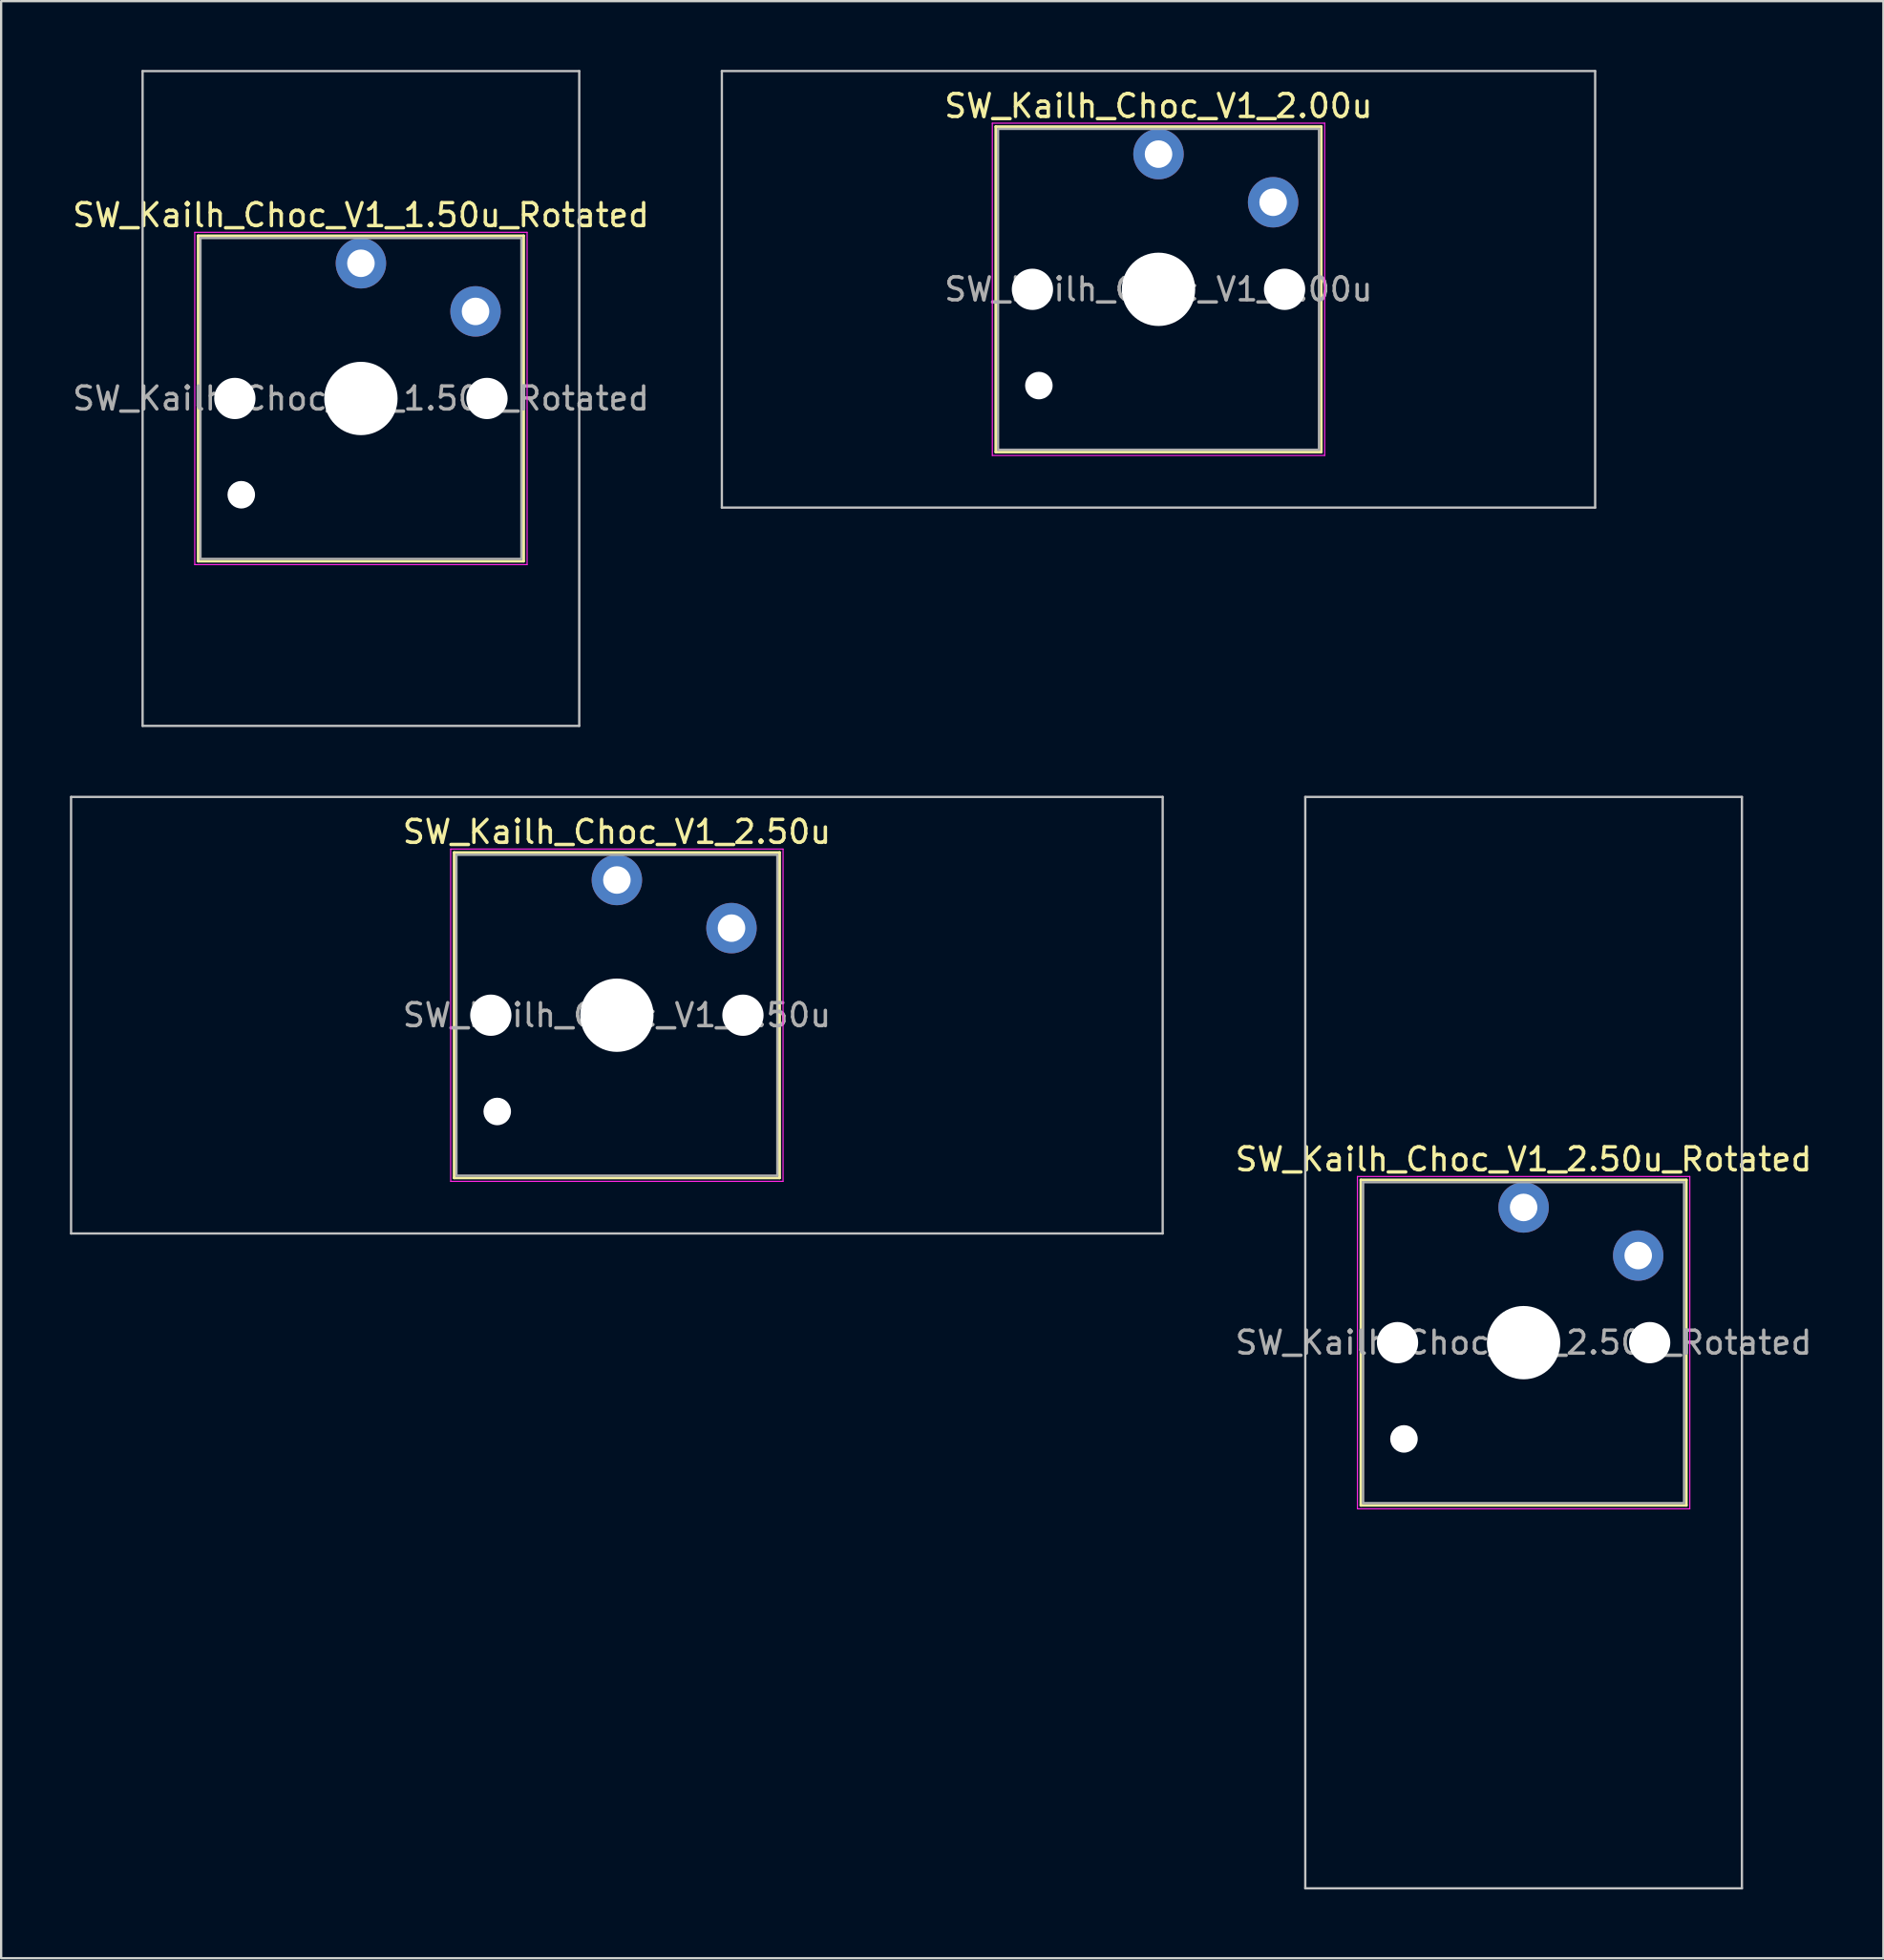
<source format=kicad_pcb>
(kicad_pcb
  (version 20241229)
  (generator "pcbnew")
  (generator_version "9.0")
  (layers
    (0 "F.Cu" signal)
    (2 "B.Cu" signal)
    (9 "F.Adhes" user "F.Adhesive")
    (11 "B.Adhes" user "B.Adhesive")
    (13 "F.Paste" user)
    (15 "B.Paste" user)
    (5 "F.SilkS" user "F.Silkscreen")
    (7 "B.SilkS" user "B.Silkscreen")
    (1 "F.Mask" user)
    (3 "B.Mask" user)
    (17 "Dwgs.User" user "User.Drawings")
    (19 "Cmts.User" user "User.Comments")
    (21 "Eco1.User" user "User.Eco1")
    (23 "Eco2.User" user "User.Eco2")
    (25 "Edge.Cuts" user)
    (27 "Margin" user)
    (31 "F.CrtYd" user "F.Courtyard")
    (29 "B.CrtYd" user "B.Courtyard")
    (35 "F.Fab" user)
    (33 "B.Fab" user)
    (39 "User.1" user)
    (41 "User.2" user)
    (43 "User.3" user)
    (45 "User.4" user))
  (footprint "SW_Kailh_Choc_V1_2.00u"
    (layer "F.Cu")
    (at 47.493 9.575)
    (property "Reference" "SW_Kailh_Choc_V1_2.00u" (at 0 -8 0) (layer "F.SilkS") (effects (font (size 1 1) (thickness 0.15))))
    (attr through_hole)
    (fp_line (start -7.1 -7.1) (end -7.1 7.1) (stroke (width 0.12) (type solid)) (layer "F.SilkS"))
    (fp_line (start -7.1 7.1) (end 7.1 7.1) (stroke (width 0.12) (type solid)) (layer "F.SilkS"))
    (fp_line (start 7.1 -7.1) (end -7.1 -7.1) (stroke (width 0.12) (type solid)) (layer "F.SilkS"))
    (fp_line (start 7.1 7.1) (end 7.1 -7.1) (stroke (width 0.12) (type solid)) (layer "F.SilkS"))
    (fp_line (start -19.05 -9.525) (end -19.05 9.525) (stroke (width 0.1) (type solid)) (layer "Dwgs.User"))
    (fp_line (start -19.05 9.525) (end 19.05 9.525) (stroke (width 0.1) (type solid)) (layer "Dwgs.User"))
    (fp_line (start 19.05 -9.525) (end -19.05 -9.525) (stroke (width 0.1) (type solid)) (layer "Dwgs.User"))
    (fp_line (start 19.05 9.525) (end 19.05 -9.525) (stroke (width 0.1) (type solid)) (layer "Dwgs.User"))
    (fp_line (start -7.25 -7.25) (end -7.25 7.25) (stroke (width 0.05) (type solid)) (layer "F.CrtYd"))
    (fp_line (start -7.25 7.25) (end 7.25 7.25) (stroke (width 0.05) (type solid)) (layer "F.CrtYd"))
    (fp_line (start 7.25 -7.25) (end -7.25 -7.25) (stroke (width 0.05) (type solid)) (layer "F.CrtYd"))
    (fp_line (start 7.25 7.25) (end 7.25 -7.25) (stroke (width 0.05) (type solid)) (layer "F.CrtYd"))
    (fp_line (start -7 -7) (end -7 7) (stroke (width 0.1) (type solid)) (layer "F.Fab"))
    (fp_line (start -7 7) (end 7 7) (stroke (width 0.1) (type solid)) (layer "F.Fab"))
    (fp_line (start 7 -7) (end -7 -7) (stroke (width 0.1) (type solid)) (layer "F.Fab"))
    (fp_line (start 7 7) (end 7 -7) (stroke (width 0.1) (type solid)) (layer "F.Fab"))
    (fp_text user "${REFERENCE}" (at 0 0 0) (layer "F.Fab") (effects (font (size 1 1) (thickness 0.15))))
    (pad "" np_thru_hole circle (at -5.5 0) (size 1.8 1.8) (drill 1.8) (layers "*.Cu" "*.Mask"))
    (pad "" np_thru_hole circle (at -5.22 4.2) (size 1.2 1.2) (drill 1.2) (layers "*.Cu" "*.Mask"))
    (pad "" np_thru_hole circle (at 0 0) (size 3.2 3.2) (drill 3.2) (layers "*.Cu" "*.Mask"))
    (pad "" np_thru_hole circle (at 5.5 0) (size 1.8 1.8) (drill 1.8) (layers "*.Cu" "*.Mask"))
    (pad "1" thru_hole circle (at 0 -5.9) (size 2.2 2.2) (drill 1.2) (layers "*.Cu" "B.Mask"))
    (pad "2" thru_hole circle (at 5 -3.8) (size 2.2 2.2) (drill 1.2) (layers "*.Cu" "B.Mask")))
  (footprint "SW_Kailh_Choc_V1_1.50u_Rotated"
    (layer "F.Cu")
    (at 12.696 14.338)
    (property "Reference" "SW_Kailh_Choc_V1_1.50u_Rotated" (at 0 -8 0) (layer "F.SilkS") (effects (font (size 1 1) (thickness 0.15))))
    (attr through_hole)
    (fp_line (start -7.1 -7.1) (end -7.1 7.1) (stroke (width 0.12) (type solid)) (layer "F.SilkS"))
    (fp_line (start -7.1 7.1) (end 7.1 7.1) (stroke (width 0.12) (type solid)) (layer "F.SilkS"))
    (fp_line (start 7.1 -7.1) (end -7.1 -7.1) (stroke (width 0.12) (type solid)) (layer "F.SilkS"))
    (fp_line (start 7.1 7.1) (end 7.1 -7.1) (stroke (width 0.12) (type solid)) (layer "F.SilkS"))
    (fp_line (start -9.525 -14.287) (end -9.525 14.287) (stroke (width 0.1) (type solid)) (layer "Dwgs.User"))
    (fp_line (start -9.525 14.287) (end 9.525 14.287) (stroke (width 0.1) (type solid)) (layer "Dwgs.User"))
    (fp_line (start 9.525 -14.287) (end -9.525 -14.287) (stroke (width 0.1) (type solid)) (layer "Dwgs.User"))
    (fp_line (start 9.525 14.287) (end 9.525 -14.287) (stroke (width 0.1) (type solid)) (layer "Dwgs.User"))
    (fp_line (start -7.25 -7.25) (end -7.25 7.25) (stroke (width 0.05) (type solid)) (layer "F.CrtYd"))
    (fp_line (start -7.25 7.25) (end 7.25 7.25) (stroke (width 0.05) (type solid)) (layer "F.CrtYd"))
    (fp_line (start 7.25 -7.25) (end -7.25 -7.25) (stroke (width 0.05) (type solid)) (layer "F.CrtYd"))
    (fp_line (start 7.25 7.25) (end 7.25 -7.25) (stroke (width 0.05) (type solid)) (layer "F.CrtYd"))
    (fp_line (start -7 -7) (end -7 7) (stroke (width 0.1) (type solid)) (layer "F.Fab"))
    (fp_line (start -7 7) (end 7 7) (stroke (width 0.1) (type solid)) (layer "F.Fab"))
    (fp_line (start 7 -7) (end -7 -7) (stroke (width 0.1) (type solid)) (layer "F.Fab"))
    (fp_line (start 7 7) (end 7 -7) (stroke (width 0.1) (type solid)) (layer "F.Fab"))
    (fp_text user "${REFERENCE}" (at 0 0 0) (layer "F.Fab") (effects (font (size 1 1) (thickness 0.15))))
    (pad "" np_thru_hole circle (at -5.5 0) (size 1.8 1.8) (drill 1.8) (layers "*.Cu" "*.Mask"))
    (pad "" np_thru_hole circle (at -5.22 4.2) (size 1.2 1.2) (drill 1.2) (layers "*.Cu" "*.Mask"))
    (pad "" np_thru_hole circle (at 0 0) (size 3.2 3.2) (drill 3.2) (layers "*.Cu" "*.Mask"))
    (pad "" np_thru_hole circle (at 5.5 0) (size 1.8 1.8) (drill 1.8) (layers "*.Cu" "*.Mask"))
    (pad "1" thru_hole circle (at 0 -5.9) (size 2.2 2.2) (drill 1.2) (layers "*.Cu" "B.Mask"))
    (pad "2" thru_hole circle (at 5 -3.8) (size 2.2 2.2) (drill 1.2) (layers "*.Cu" "B.Mask")))
  (footprint "SW_Kailh_Choc_V1_2.50u"
    (layer "F.Cu")
    (at 23.863 41.25)
    (property "Reference" "SW_Kailh_Choc_V1_2.50u" (at 0 -8 0) (layer "F.SilkS") (effects (font (size 1 1) (thickness 0.15))))
    (attr through_hole)
    (fp_line (start -7.1 -7.1) (end -7.1 7.1) (stroke (width 0.12) (type solid)) (layer "F.SilkS"))
    (fp_line (start -7.1 7.1) (end 7.1 7.1) (stroke (width 0.12) (type solid)) (layer "F.SilkS"))
    (fp_line (start 7.1 -7.1) (end -7.1 -7.1) (stroke (width 0.12) (type solid)) (layer "F.SilkS"))
    (fp_line (start 7.1 7.1) (end 7.1 -7.1) (stroke (width 0.12) (type solid)) (layer "F.SilkS"))
    (fp_line (start -23.812 -9.525) (end -23.812 9.525) (stroke (width 0.1) (type solid)) (layer "Dwgs.User"))
    (fp_line (start -23.812 9.525) (end 23.812 9.525) (stroke (width 0.1) (type solid)) (layer "Dwgs.User"))
    (fp_line (start 23.812 -9.525) (end -23.812 -9.525) (stroke (width 0.1) (type solid)) (layer "Dwgs.User"))
    (fp_line (start 23.812 9.525) (end 23.812 -9.525) (stroke (width 0.1) (type solid)) (layer "Dwgs.User"))
    (fp_line (start -7.25 -7.25) (end -7.25 7.25) (stroke (width 0.05) (type solid)) (layer "F.CrtYd"))
    (fp_line (start -7.25 7.25) (end 7.25 7.25) (stroke (width 0.05) (type solid)) (layer "F.CrtYd"))
    (fp_line (start 7.25 -7.25) (end -7.25 -7.25) (stroke (width 0.05) (type solid)) (layer "F.CrtYd"))
    (fp_line (start 7.25 7.25) (end 7.25 -7.25) (stroke (width 0.05) (type solid)) (layer "F.CrtYd"))
    (fp_line (start -7 -7) (end -7 7) (stroke (width 0.1) (type solid)) (layer "F.Fab"))
    (fp_line (start -7 7) (end 7 7) (stroke (width 0.1) (type solid)) (layer "F.Fab"))
    (fp_line (start 7 -7) (end -7 -7) (stroke (width 0.1) (type solid)) (layer "F.Fab"))
    (fp_line (start 7 7) (end 7 -7) (stroke (width 0.1) (type solid)) (layer "F.Fab"))
    (fp_text user "${REFERENCE}" (at 0 0 0) (layer "F.Fab") (effects (font (size 1 1) (thickness 0.15))))
    (pad "" np_thru_hole circle (at -5.5 0) (size 1.8 1.8) (drill 1.8) (layers "*.Cu" "*.Mask"))
    (pad "" np_thru_hole circle (at -5.22 4.2) (size 1.2 1.2) (drill 1.2) (layers "*.Cu" "*.Mask"))
    (pad "" np_thru_hole circle (at 0 0) (size 3.2 3.2) (drill 3.2) (layers "*.Cu" "*.Mask"))
    (pad "" np_thru_hole circle (at 5.5 0) (size 1.8 1.8) (drill 1.8) (layers "*.Cu" "*.Mask"))
    (pad "1" thru_hole circle (at 0 -5.9) (size 2.2 2.2) (drill 1.2) (layers "*.Cu" "B.Mask"))
    (pad "2" thru_hole circle (at 5 -3.8) (size 2.2 2.2) (drill 1.2) (layers "*.Cu" "B.Mask")))
  (footprint "SW_Kailh_Choc_V1_2.50u_Rotated"
    (layer "F.Cu")
    (at 63.421 55.538)
    (property "Reference" "SW_Kailh_Choc_V1_2.50u_Rotated" (at 0 -8 0) (layer "F.SilkS") (effects (font (size 1 1) (thickness 0.15))))
    (attr through_hole)
    (fp_line (start -7.1 -7.1) (end -7.1 7.1) (stroke (width 0.12) (type solid)) (layer "F.SilkS"))
    (fp_line (start -7.1 7.1) (end 7.1 7.1) (stroke (width 0.12) (type solid)) (layer "F.SilkS"))
    (fp_line (start 7.1 -7.1) (end -7.1 -7.1) (stroke (width 0.12) (type solid)) (layer "F.SilkS"))
    (fp_line (start 7.1 7.1) (end 7.1 -7.1) (stroke (width 0.12) (type solid)) (layer "F.SilkS"))
    (fp_line (start -9.525 -23.812) (end -9.525 23.812) (stroke (width 0.1) (type solid)) (layer "Dwgs.User"))
    (fp_line (start -9.525 23.812) (end 9.525 23.812) (stroke (width 0.1) (type solid)) (layer "Dwgs.User"))
    (fp_line (start 9.525 -23.812) (end -9.525 -23.812) (stroke (width 0.1) (type solid)) (layer "Dwgs.User"))
    (fp_line (start 9.525 23.812) (end 9.525 -23.812) (stroke (width 0.1) (type solid)) (layer "Dwgs.User"))
    (fp_line (start -7.25 -7.25) (end -7.25 7.25) (stroke (width 0.05) (type solid)) (layer "F.CrtYd"))
    (fp_line (start -7.25 7.25) (end 7.25 7.25) (stroke (width 0.05) (type solid)) (layer "F.CrtYd"))
    (fp_line (start 7.25 -7.25) (end -7.25 -7.25) (stroke (width 0.05) (type solid)) (layer "F.CrtYd"))
    (fp_line (start 7.25 7.25) (end 7.25 -7.25) (stroke (width 0.05) (type solid)) (layer "F.CrtYd"))
    (fp_line (start -7 -7) (end -7 7) (stroke (width 0.1) (type solid)) (layer "F.Fab"))
    (fp_line (start -7 7) (end 7 7) (stroke (width 0.1) (type solid)) (layer "F.Fab"))
    (fp_line (start 7 -7) (end -7 -7) (stroke (width 0.1) (type solid)) (layer "F.Fab"))
    (fp_line (start 7 7) (end 7 -7) (stroke (width 0.1) (type solid)) (layer "F.Fab"))
    (fp_text user "${REFERENCE}" (at 0 0 0) (layer "F.Fab") (effects (font (size 1 1) (thickness 0.15))))
    (pad "" np_thru_hole circle (at -5.5 0) (size 1.8 1.8) (drill 1.8) (layers "*.Cu" "*.Mask"))
    (pad "" np_thru_hole circle (at -5.22 4.2) (size 1.2 1.2) (drill 1.2) (layers "*.Cu" "*.Mask"))
    (pad "" np_thru_hole circle (at 0 0) (size 3.2 3.2) (drill 3.2) (layers "*.Cu" "*.Mask"))
    (pad "" np_thru_hole circle (at 5.5 0) (size 1.8 1.8) (drill 1.8) (layers "*.Cu" "*.Mask"))
    (pad "1" thru_hole circle (at 0 -5.9) (size 2.2 2.2) (drill 1.2) (layers "*.Cu" "B.Mask"))
    (pad "2" thru_hole circle (at 5 -3.8) (size 2.2 2.2) (drill 1.2) (layers "*.Cu" "B.Mask")))
  (gr_rect
    (start -3 -3)
    (end 79.118 82.4)
    (stroke (width 0.1) (type default))
    (fill no)
    (layer "Edge.Cuts")))
</source>
